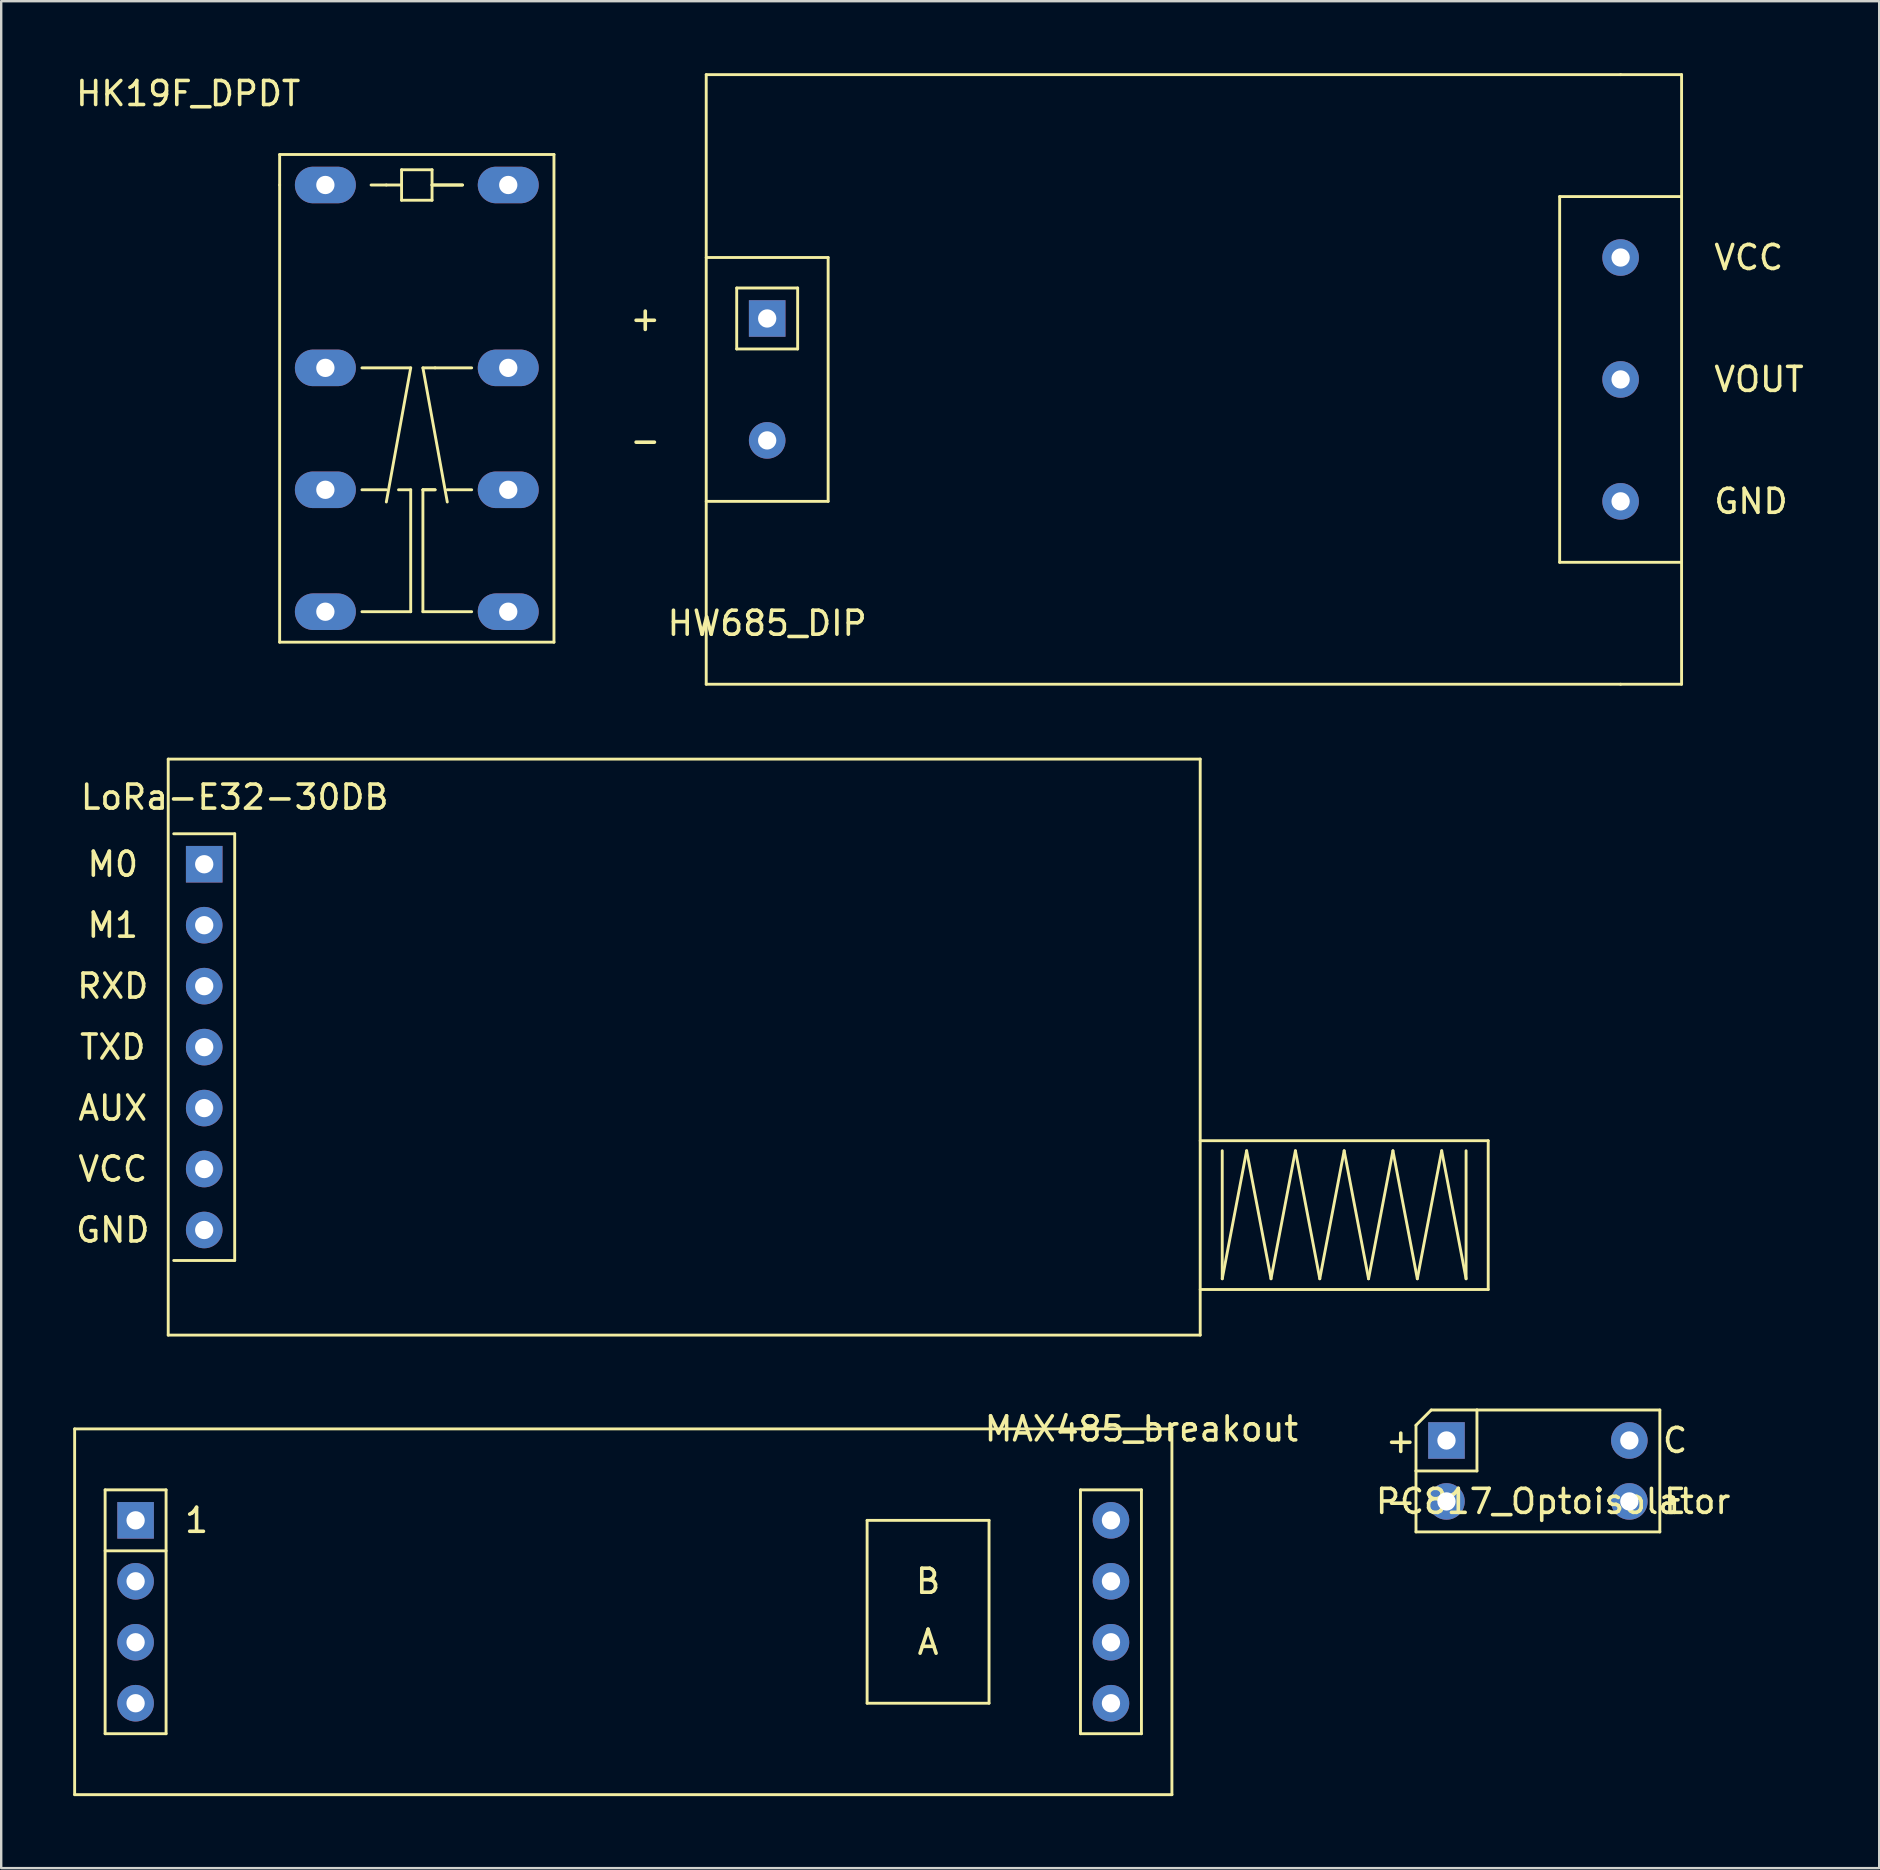
<source format=kicad_pcb>
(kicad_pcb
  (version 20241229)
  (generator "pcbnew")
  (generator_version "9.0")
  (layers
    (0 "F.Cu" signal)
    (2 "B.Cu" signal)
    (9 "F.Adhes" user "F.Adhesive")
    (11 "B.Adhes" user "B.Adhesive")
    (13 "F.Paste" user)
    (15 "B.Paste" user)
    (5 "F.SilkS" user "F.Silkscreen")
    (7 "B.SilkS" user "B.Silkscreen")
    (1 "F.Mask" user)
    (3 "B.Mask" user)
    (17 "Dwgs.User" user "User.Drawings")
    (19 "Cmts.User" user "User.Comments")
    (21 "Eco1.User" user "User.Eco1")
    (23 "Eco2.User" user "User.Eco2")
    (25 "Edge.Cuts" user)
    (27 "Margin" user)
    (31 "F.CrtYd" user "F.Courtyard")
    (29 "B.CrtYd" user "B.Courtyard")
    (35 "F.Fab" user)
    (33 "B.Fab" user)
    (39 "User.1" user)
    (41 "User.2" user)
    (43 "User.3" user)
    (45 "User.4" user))
  (footprint "LoRa-E32-30DB"
    (layer "F.Cu")
    (at 5.459 32.96)
    (property "Reference" "LoRa-E32-30DB" (at 1.27 -2.794 0) (layer "F.SilkS") (effects (font (size 1 1) (thickness 0.15))))
    (attr through_hole)
    (fp_line (start -1.5 -4.38) (end -1.5 19.62) (stroke (width 0.12) (type solid)) (layer "F.SilkS"))
    (fp_line (start -1.5 -4.38) (end 41.5 -4.38) (stroke (width 0.12) (type solid)) (layer "F.SilkS"))
    (fp_line (start -1.5 19.62) (end 41.5 19.62) (stroke (width 0.12) (type solid)) (layer "F.SilkS"))
    (fp_line (start -1.27 -1.27) (end 1.27 -1.27) (stroke (width 0.12) (type solid)) (layer "F.SilkS"))
    (fp_line (start 1.27 -1.27) (end 1.27 16.51) (stroke (width 0.12) (type solid)) (layer "F.SilkS"))
    (fp_line (start 1.27 16.51) (end -1.27 16.51) (stroke (width 0.12) (type solid)) (layer "F.SilkS"))
    (fp_line (start 41.5 -4.38) (end 41.5 19.62) (stroke (width 0.12) (type solid)) (layer "F.SilkS"))
    (fp_line (start 41.5 11.52) (end 53.5 11.52) (stroke (width 0.12) (type solid)) (layer "F.SilkS"))
    (fp_line (start 41.5 17.72) (end 53.5 17.72) (stroke (width 0.12) (type solid)) (layer "F.SilkS"))
    (fp_line (start 42.418 11.938) (end 42.418 17.272) (stroke (width 0.12) (type solid)) (layer "F.SilkS"))
    (fp_line (start 42.418 17.272) (end 43.434 11.938) (stroke (width 0.12) (type solid)) (layer "F.SilkS"))
    (fp_line (start 43.434 11.938) (end 44.45 17.272) (stroke (width 0.12) (type solid)) (layer "F.SilkS"))
    (fp_line (start 44.45 17.272) (end 45.466 11.938) (stroke (width 0.12) (type solid)) (layer "F.SilkS"))
    (fp_line (start 45.466 11.938) (end 46.482 17.272) (stroke (width 0.12) (type solid)) (layer "F.SilkS"))
    (fp_line (start 46.482 17.272) (end 47.498 11.938) (stroke (width 0.12) (type solid)) (layer "F.SilkS"))
    (fp_line (start 47.498 11.938) (end 48.514 17.272) (stroke (width 0.12) (type solid)) (layer "F.SilkS"))
    (fp_line (start 48.514 17.272) (end 49.53 11.938) (stroke (width 0.12) (type solid)) (layer "F.SilkS"))
    (fp_line (start 49.53 11.938) (end 50.546 17.272) (stroke (width 0.12) (type solid)) (layer "F.SilkS"))
    (fp_line (start 50.546 17.272) (end 51.562 11.938) (stroke (width 0.12) (type solid)) (layer "F.SilkS"))
    (fp_line (start 51.562 11.938) (end 52.578 17.272) (stroke (width 0.12) (type solid)) (layer "F.SilkS"))
    (fp_line (start 52.578 17.272) (end 52.578 11.938) (stroke (width 0.12) (type solid)) (layer "F.SilkS"))
    (fp_line (start 53.5 11.52) (end 53.5 17.72) (stroke (width 0.12) (type solid)) (layer "F.SilkS"))
    (fp_text user "M0" (at -3.81 0 0) (layer "F.SilkS") (effects (font (size 1 1) (thickness 0.15))))
    (fp_text user "AUX" (at -3.81 10.16 0) (layer "F.SilkS") (effects (font (size 1 1) (thickness 0.15))))
    (fp_text user "VCC" (at -3.81 12.7 0) (layer "F.SilkS") (effects (font (size 1 1) (thickness 0.15))))
    (fp_text user "M1" (at -3.81 2.54 0) (layer "F.SilkS") (effects (font (size 1 1) (thickness 0.15))))
    (fp_text user "RXD" (at -3.81 5.08 0) (layer "F.SilkS") (effects (font (size 1 1) (thickness 0.15))))
    (fp_text user "GND" (at -3.81 15.24 0) (layer "F.SilkS") (effects (font (size 1 1) (thickness 0.15))))
    (fp_text user "TXD" (at -3.81 7.62 0) (layer "F.SilkS") (effects (font (size 1 1) (thickness 0.15))))
    (pad "1" thru_hole rect (at 0 0) (size 1.524 1.524) (drill 0.762) (layers "*.Cu" "*.Mask"))
    (pad "2" thru_hole circle (at 0 2.54) (size 1.524 1.524) (drill 0.762) (layers "*.Cu" "*.Mask"))
    (pad "3" thru_hole circle (at 0 5.08) (size 1.524 1.524) (drill 0.762) (layers "*.Cu" "*.Mask"))
    (pad "4" thru_hole circle (at 0 7.62) (size 1.524 1.524) (drill 0.762) (layers "*.Cu" "*.Mask"))
    (pad "5" thru_hole circle (at 0 10.16) (size 1.524 1.524) (drill 0.762) (layers "*.Cu" "*.Mask"))
    (pad "6" thru_hole circle (at 0 12.7) (size 1.524 1.524) (drill 0.762) (layers "*.Cu" "*.Mask"))
    (pad "7" thru_hole circle (at 0 15.24) (size 1.524 1.524) (drill 0.762) (layers "*.Cu" "*.Mask")))
  (footprint "HW685_DIP"
    (layer "F.Cu")
    (at 28.916 10.22)
    (property "Reference" "HW685_DIP" (at 0 12.7 180) (layer "F.SilkS") (effects (font (size 1 1) (thickness 0.15))))
    (attr through_hole)
    (fp_line (start -2.54 -10.16) (end 35.56 -10.16) (stroke (width 0.12) (type solid)) (layer "F.SilkS"))
    (fp_line (start -2.54 7.62) (end 2.54 7.62) (stroke (width 0.12) (type solid)) (layer "F.SilkS"))
    (fp_line (start -2.54 15.24) (end -2.54 -10.16) (stroke (width 0.12) (type solid)) (layer "F.SilkS"))
    (fp_line (start -1.27 -1.27) (end 1.27 -1.27) (stroke (width 0.12) (type solid)) (layer "F.SilkS"))
    (fp_line (start -1.27 1.27) (end -1.27 -1.27) (stroke (width 0.12) (type solid)) (layer "F.SilkS"))
    (fp_line (start 1.27 -1.27) (end 1.27 1.27) (stroke (width 0.12) (type solid)) (layer "F.SilkS"))
    (fp_line (start 1.27 1.27) (end -1.27 1.27) (stroke (width 0.12) (type solid)) (layer "F.SilkS"))
    (fp_line (start 2.54 -2.54) (end -2.54 -2.54) (stroke (width 0.12) (type solid)) (layer "F.SilkS"))
    (fp_line (start 2.54 7.62) (end 2.54 -2.54) (stroke (width 0.12) (type solid)) (layer "F.SilkS"))
    (fp_line (start 33.02 -5.08) (end 38.1 -5.08) (stroke (width 0.12) (type solid)) (layer "F.SilkS"))
    (fp_line (start 33.02 10.16) (end 33.02 -5.08) (stroke (width 0.12) (type solid)) (layer "F.SilkS"))
    (fp_line (start 35.56 -10.16) (end 38.1 -10.16) (stroke (width 0.12) (type solid)) (layer "F.SilkS"))
    (fp_line (start 35.56 15.24) (end -2.54 15.24) (stroke (width 0.12) (type solid)) (layer "F.SilkS"))
    (fp_line (start 38.1 -10.16) (end 38.1 15.24) (stroke (width 0.12) (type solid)) (layer "F.SilkS"))
    (fp_line (start 38.1 10.16) (end 33.02 10.16) (stroke (width 0.12) (type solid)) (layer "F.SilkS"))
    (fp_line (start 38.1 15.24) (end 35.56 15.24) (stroke (width 0.12) (type solid)) (layer "F.SilkS"))
    (fp_text user "+" (at -5.08 0 180) (layer "F.SilkS") (effects (font (size 1 1) (thickness 0.15))))
    (fp_text user "GND" (at 39.37 7.62 180) (layer "F.SilkS") (effects (font (size 1 1) (thickness 0.15)) (justify left)))
    (fp_text user "VOUT" (at 39.37 2.54 180) (layer "F.SilkS") (effects (font (size 1 1) (thickness 0.15)) (justify left)))
    (fp_text user "-" (at -5.08 5.08 180) (layer "F.SilkS") (effects (font (size 1 1) (thickness 0.15))))
    (fp_text user "VCC" (at 39.37 -2.54 180) (layer "F.SilkS") (effects (font (size 1 1) (thickness 0.15)) (justify left)))
    (pad "1" thru_hole rect (at 0 0 180) (size 1.524 1.524) (drill 0.762) (layers "*.Cu" "*.Mask"))
    (pad "2" thru_hole circle (at 0 5.08 180) (size 1.524 1.524) (drill 0.762) (layers "*.Cu" "*.Mask"))
    (pad "3" thru_hole circle (at 35.56 7.62 180) (size 1.524 1.524) (drill 0.762) (layers "*.Cu" "*.Mask"))
    (pad "4" thru_hole circle (at 35.56 2.54 180) (size 1.524 1.524) (drill 0.762) (layers "*.Cu" "*.Mask"))
    (pad "5" thru_hole circle (at 35.56 -2.54 180) (size 1.524 1.524) (drill 0.762) (layers "*.Cu" "*.Mask")))
  (footprint "PC817_Optoisolator"
    (layer "F.Cu")
    (at 57.22 56.97)
    (property "Reference" "PC817_Optoisolator" (at 4.445 2.54 0) (layer "F.SilkS") (effects (font (size 1 1) (thickness 0.15))))
    (attr through_hole)
    (fp_line (start -1.27 -0.635) (end -0.635 -1.27) (stroke (width 0.12) (type solid)) (layer "F.SilkS"))
    (fp_line (start -1.27 1.27) (end -1.27 -0.635) (stroke (width 0.12) (type solid)) (layer "F.SilkS"))
    (fp_line (start -1.27 1.27) (end -1.27 3.81) (stroke (width 0.12) (type solid)) (layer "F.SilkS"))
    (fp_line (start -1.27 1.27) (end 1.27 1.27) (stroke (width 0.12) (type solid)) (layer "F.SilkS"))
    (fp_line (start -0.635 -1.27) (end 1.27 -1.27) (stroke (width 0.12) (type solid)) (layer "F.SilkS"))
    (fp_line (start 1.27 1.27) (end 1.27 -1.27) (stroke (width 0.12) (type solid)) (layer "F.SilkS"))
    (fp_line (start 8.89 -1.27) (end 1.27 -1.27) (stroke (width 0.12) (type solid)) (layer "F.SilkS"))
    (fp_line (start 8.89 -1.27) (end 8.89 3.81) (stroke (width 0.12) (type solid)) (layer "F.SilkS"))
    (fp_line (start 8.89 3.81) (end -1.27 3.81) (stroke (width 0.12) (type solid)) (layer "F.SilkS"))
    (fp_text user "+" (at -1.905 0 0) (layer "F.SilkS") (effects (font (size 1 1) (thickness 0.15))))
    (fp_text user "C" (at 9.525 0 0) (layer "F.SilkS") (effects (font (size 1 1) (thickness 0.15))))
    (fp_text user "-" (at -1.905 2.54 0) (layer "F.SilkS") (effects (font (size 1 1) (thickness 0.15))))
    (fp_text user "E" (at 9.525 2.54 0) (layer "F.SilkS") (effects (font (size 1 1) (thickness 0.15))))
    (pad "1" thru_hole rect (at 0 0) (size 1.524 1.524) (drill 0.762) (layers "*.Cu" "*.Mask"))
    (pad "2" thru_hole circle (at 0 2.54) (size 1.524 1.524) (drill 0.762) (layers "*.Cu" "*.Mask"))
    (pad "3" thru_hole circle (at 7.62 2.54) (size 1.524 1.524) (drill 0.762) (layers "*.Cu" "*.Mask"))
    (pad "4" thru_hole circle (at 7.62 0) (size 1.524 1.524) (drill 0.762) (layers "*.Cu" "*.Mask")))
  (footprint "MAX485_breakout"
    (layer "F.Cu")
    (at 2.6 60.298)
    (property "Reference" "MAX485_breakout" (at 41.91 -3.81 0) (layer "F.SilkS") (effects (font (size 1 1) (thickness 0.15))))
    (attr through_hole)
    (fp_line (start -2.54 -3.81) (end 43.18 -3.81) (stroke (width 0.12) (type solid)) (layer "F.SilkS"))
    (fp_line (start -2.54 11.43) (end -2.54 -3.81) (stroke (width 0.12) (type solid)) (layer "F.SilkS"))
    (fp_line (start -1.27 -1.27) (end 1.27 -1.27) (stroke (width 0.12) (type solid)) (layer "F.SilkS"))
    (fp_line (start -1.27 1.27) (end 1.27 1.27) (stroke (width 0.12) (type solid)) (layer "F.SilkS"))
    (fp_line (start -1.27 8.89) (end -1.27 -1.27) (stroke (width 0.12) (type solid)) (layer "F.SilkS"))
    (fp_line (start 1.27 -1.27) (end 1.27 8.89) (stroke (width 0.12) (type solid)) (layer "F.SilkS"))
    (fp_line (start 1.27 8.89) (end -1.27 8.89) (stroke (width 0.12) (type solid)) (layer "F.SilkS"))
    (fp_line (start 30.48 7.62) (end 30.48 0) (stroke (width 0.12) (type solid)) (layer "F.SilkS"))
    (fp_line (start 35.56 0) (end 30.48 0) (stroke (width 0.12) (type solid)) (layer "F.SilkS"))
    (fp_line (start 35.56 0) (end 35.56 7.62) (stroke (width 0.12) (type solid)) (layer "F.SilkS"))
    (fp_line (start 35.56 7.62) (end 30.48 7.62) (stroke (width 0.12) (type solid)) (layer "F.SilkS"))
    (fp_line (start 39.37 -1.27) (end 41.91 -1.27) (stroke (width 0.12) (type solid)) (layer "F.SilkS"))
    (fp_line (start 39.37 8.89) (end 39.37 -1.27) (stroke (width 0.12) (type solid)) (layer "F.SilkS"))
    (fp_line (start 41.91 -1.27) (end 41.91 8.89) (stroke (width 0.12) (type solid)) (layer "F.SilkS"))
    (fp_line (start 41.91 8.89) (end 39.37 8.89) (stroke (width 0.12) (type solid)) (layer "F.SilkS"))
    (fp_line (start 43.18 -3.81) (end 43.18 11.43) (stroke (width 0.12) (type solid)) (layer "F.SilkS"))
    (fp_line (start 43.18 11.43) (end -2.54 11.43) (stroke (width 0.12) (type solid)) (layer "F.SilkS"))
    (fp_text user "B" (at 33.02 2.54 0) (layer "F.SilkS") (effects (font (size 1 1) (thickness 0.15))))
    (fp_text user "1" (at 2.54 0 0) (layer "F.SilkS") (effects (font (size 1 1) (thickness 0.15))))
    (fp_text user "A" (at 33.02 5.08 0) (layer "F.SilkS") (effects (font (size 1 1) (thickness 0.15))))
    (pad "1" thru_hole rect (at 0 0) (size 1.524 1.524) (drill 0.762) (layers "*.Cu" "*.Mask"))
    (pad "2" thru_hole circle (at 0 2.54) (size 1.524 1.524) (drill 0.762) (layers "*.Cu" "*.Mask"))
    (pad "3" thru_hole circle (at 0 5.08) (size 1.524 1.524) (drill 0.762) (layers "*.Cu" "*.Mask"))
    (pad "4" thru_hole circle (at 0 7.62) (size 1.524 1.524) (drill 0.762) (layers "*.Cu" "*.Mask"))
    (pad "5" thru_hole circle (at 40.64 7.62) (size 1.524 1.524) (drill 0.762) (layers "*.Cu" "*.Mask"))
    (pad "6" thru_hole circle (at 40.64 5.08) (size 1.524 1.524) (drill 0.762) (layers "*.Cu" "*.Mask"))
    (pad "7" thru_hole circle (at 40.64 2.54) (size 1.524 1.524) (drill 0.762) (layers "*.Cu" "*.Mask"))
    (pad "8" thru_hole circle (at 40.64 0) (size 1.524 1.524) (drill 0.762) (layers "*.Cu" "*.Mask")))
  (footprint "HK19F_DPDT"
    (layer "F.Cu")
    (at 10.507 4.658)
    (property "Reference" "HK19F_DPDT" (at -5.715 -3.81 0) (layer "F.SilkS") (effects (font (size 1 1) (thickness 0.15))))
    (attr through_hole)
    (fp_line (start -1.905 -1.27) (end 9.525 -1.27) (stroke (width 0.12) (type solid)) (layer "F.SilkS"))
    (fp_line (start -1.905 0) (end -1.905 -1.27) (stroke (width 0.12) (type solid)) (layer "F.SilkS"))
    (fp_line (start -1.905 19.05) (end -1.905 0) (stroke (width 0.12) (type solid)) (layer "F.SilkS"))
    (fp_line (start 1.524 7.62) (end 3.556 7.62) (stroke (width 0.12) (type solid)) (layer "F.SilkS"))
    (fp_line (start 1.524 12.7) (end 2.54 12.7) (stroke (width 0.12) (type solid)) (layer "F.SilkS"))
    (fp_line (start 1.524 17.78) (end 3.556 17.78) (stroke (width 0.12) (type solid)) (layer "F.SilkS"))
    (fp_line (start 1.905 0) (end 2.54 0) (stroke (width 0.12) (type solid)) (layer "F.SilkS"))
    (fp_line (start 2.54 0) (end 3.175 0) (stroke (width 0.12) (type solid)) (layer "F.SilkS"))
    (fp_line (start 3.175 -0.635) (end 4.445 -0.635) (stroke (width 0.12) (type solid)) (layer "F.SilkS"))
    (fp_line (start 3.175 0) (end 3.175 -0.635) (stroke (width 0.12) (type solid)) (layer "F.SilkS"))
    (fp_line (start 3.175 0.635) (end 3.175 0) (stroke (width 0.12) (type solid)) (layer "F.SilkS"))
    (fp_line (start 3.556 7.62) (end 2.54 13.208) (stroke (width 0.12) (type solid)) (layer "F.SilkS"))
    (fp_line (start 3.556 12.7) (end 3.048 12.7) (stroke (width 0.12) (type solid)) (layer "F.SilkS"))
    (fp_line (start 3.556 17.78) (end 3.556 12.7) (stroke (width 0.12) (type solid)) (layer "F.SilkS"))
    (fp_line (start 4.064 7.62) (end 4.572 7.62) (stroke (width 0.12) (type solid)) (layer "F.SilkS"))
    (fp_line (start 4.064 7.62) (end 5.08 13.208) (stroke (width 0.12) (type solid)) (layer "F.SilkS"))
    (fp_line (start 4.064 12.7) (end 4.064 17.78) (stroke (width 0.12) (type solid)) (layer "F.SilkS"))
    (fp_line (start 4.064 12.7) (end 4.572 12.7) (stroke (width 0.12) (type solid)) (layer "F.SilkS"))
    (fp_line (start 4.064 17.78) (end 6.096 17.78) (stroke (width 0.12) (type solid)) (layer "F.SilkS"))
    (fp_line (start 4.445 -0.635) (end 4.445 0) (stroke (width 0.12) (type solid)) (layer "F.SilkS"))
    (fp_line (start 4.445 0) (end 4.445 0.635) (stroke (width 0.12) (type solid)) (layer "F.SilkS"))
    (fp_line (start 4.445 0) (end 5.715 0) (stroke (width 0.12) (type solid)) (layer "F.SilkS"))
    (fp_line (start 4.445 0.635) (end 3.175 0.635) (stroke (width 0.12) (type solid)) (layer "F.SilkS"))
    (fp_line (start 4.572 12.7) (end 4.064 12.7) (stroke (width 0.12) (type solid)) (layer "F.SilkS"))
    (fp_line (start 5.715 0) (end 4.445 0) (stroke (width 0.12) (type solid)) (layer "F.SilkS"))
    (fp_line (start 6.096 7.62) (end 4.572 7.62) (stroke (width 0.12) (type solid)) (layer "F.SilkS"))
    (fp_line (start 6.096 12.7) (end 5.08 12.7) (stroke (width 0.12) (type solid)) (layer "F.SilkS"))
    (fp_line (start 9.525 -1.27) (end 9.525 19.05) (stroke (width 0.12) (type solid)) (layer "F.SilkS"))
    (fp_line (start 9.525 19.05) (end -1.905 19.05) (stroke (width 0.12) (type solid)) (layer "F.SilkS"))
    (pad "1" thru_hole oval (at 0 0) (size 2.54 1.524) (drill 0.762) (layers "*.Cu" "*.Mask"))
    (pad "2" thru_hole oval (at 0 7.62) (size 2.54 1.524) (drill 0.762) (layers "*.Cu" "*.Mask"))
    (pad "3" thru_hole oval (at 0 12.7) (size 2.54 1.524) (drill 0.762) (layers "*.Cu" "*.Mask"))
    (pad "4" thru_hole oval (at 0 17.78) (size 2.54 1.524) (drill 0.762) (layers "*.Cu" "*.Mask"))
    (pad "5" thru_hole oval (at 7.62 17.78) (size 2.54 1.524) (drill 0.762) (layers "*.Cu" "*.Mask"))
    (pad "6" thru_hole oval (at 7.62 12.7) (size 2.54 1.524) (drill 0.762) (layers "*.Cu" "*.Mask"))
    (pad "7" thru_hole oval (at 7.62 7.62) (size 2.54 1.524) (drill 0.762) (layers "*.Cu" "*.Mask"))
    (pad "8" thru_hole oval (at 7.62 0) (size 2.54 1.524) (drill 0.762) (layers "*.Cu" "*.Mask")))
  (gr_rect
    (start -3 -3)
    (end 75.25 74.788)
    (stroke (width 0.1) (type default))
    (fill no)
    (layer "Edge.Cuts")))
</source>
